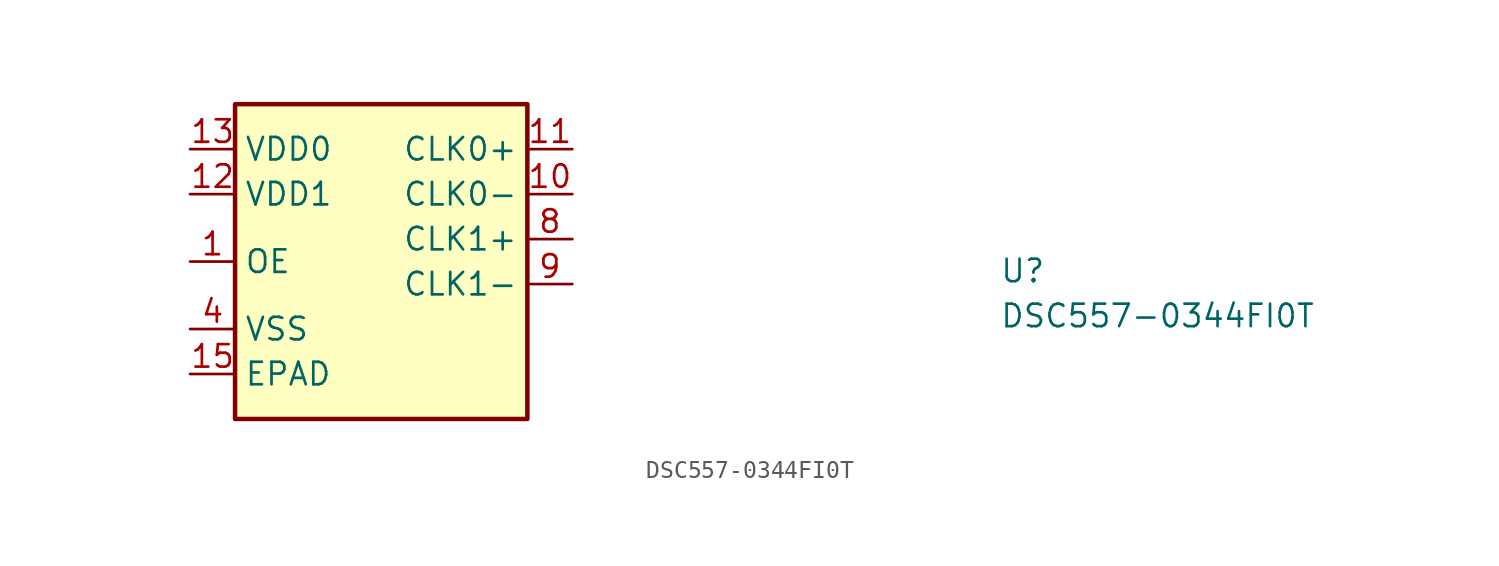
<source format=kicad_sym>
(kicad_symbol_lib
  (version 20211014)
  (generator kicad_symbol_editor)
  (symbol "DSC557-0344FI0T"
    (property "Reference" "U"
      (at 45.72 -7.62 0)
      (effects (font (size 1.27 1.27) (thickness 0.15)) (justify left bottom)))
    (property "Value" "DSC557-0344FI0T"
      (at 45.72 -10.16 0)
      (effects (font (size 1.27 1.27) (thickness 0.15)) (justify left bottom)))
    (symbol "DSC557-0344FI0T_1_1"
      (rectangle (start 2.54 2.54) (end 19.05 -15.24) (stroke (width 0.254) (type default) (color 0 0 0 0)) (fill (type background)))
      (pin output line (at 0 -6.35 0) (length 2.54) (name "OE" (effects (font (size 1.27 1.27)))) (number "1" (effects (font (size 1.27 1.27)))))
      (pin output line (at 21.59 -2.54 180) (length 2.54) (name "CLK0-" (effects (font (size 1.27 1.27)))) (number "10" (effects (font (size 1.27 1.27)))))
      (pin output line (at 21.59 0 180) (length 2.54) (name "CLK0+" (effects (font (size 1.27 1.27)))) (number "11" (effects (font (size 1.27 1.27)))))
      (pin power_in line (at 0 -2.54 0) (length 2.54) (name "VDD1" (effects (font (size 1.27 1.27)))) (number "12" (effects (font (size 1.27 1.27)))))
      (pin power_in line (at 0 0 0) (length 2.54) (name "VDD0" (effects (font (size 1.27 1.27)))) (number "13" (effects (font (size 1.27 1.27)))))
      (pin no_connect line (at 17.78 -15.24 90) (length 2.54) hide (name "NC" (effects (font (size 1.27 1.27)))) (number "14" (effects (font (size 1.27 1.27)))))
      (pin unspecified line (at 0 -12.7 0) (length 2.54) (name "EPAD" (effects (font (size 1.27 1.27)))) (number "15" (effects (font (size 1.27 1.27)))))
      (pin no_connect line (at 17.78 -15.24 90) (length 2.54) hide (name "NC" (effects (font (size 1.27 1.27)))) (number "2" (effects (font (size 1.27 1.27)))))
      (pin no_connect line (at 17.78 -15.24 90) (length 2.54) hide (name "NC" (effects (font (size 1.27 1.27)))) (number "3" (effects (font (size 1.27 1.27)))))
      (pin power_in line (at 0 -10.16 0) (length 2.54) (name "VSS" (effects (font (size 1.27 1.27)))) (number "4" (effects (font (size 1.27 1.27)))))
      (pin no_connect line (at 17.78 -15.24 90) (length 2.54) hide (name "NC" (effects (font (size 1.27 1.27)))) (number "5" (effects (font (size 1.27 1.27)))))
      (pin no_connect line (at 17.78 -15.24 90) (length 2.54) hide (name "NC" (effects (font (size 1.27 1.27)))) (number "6" (effects (font (size 1.27 1.27)))))
      (pin no_connect line (at 17.78 -15.24 90) (length 2.54) hide (name "NC" (effects (font (size 1.27 1.27)))) (number "7" (effects (font (size 1.27 1.27)))))
      (pin output line (at 21.59 -5.08 180) (length 2.54) (name "CLK1+" (effects (font (size 1.27 1.27)))) (number "8" (effects (font (size 1.27 1.27)))))
      (pin output line (at 21.59 -7.62 180) (length 2.54) (name "CLK1-" (effects (font (size 1.27 1.27)))) (number "9" (effects (font (size 1.27 1.27))))))))
</source>
